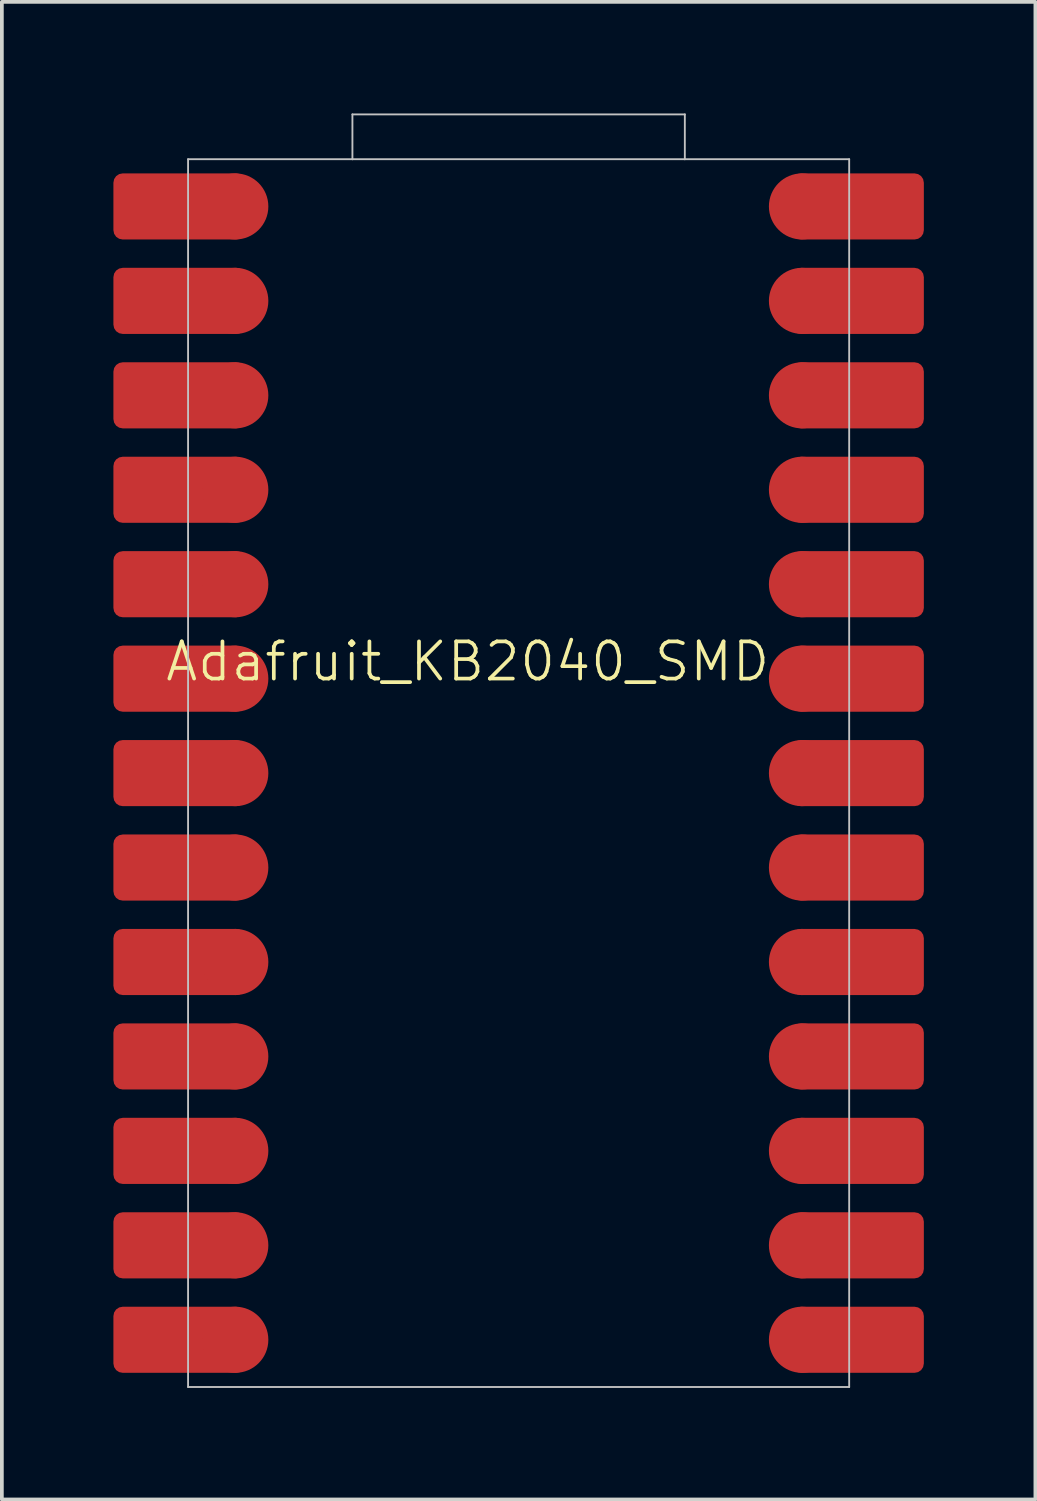
<source format=kicad_pcb>
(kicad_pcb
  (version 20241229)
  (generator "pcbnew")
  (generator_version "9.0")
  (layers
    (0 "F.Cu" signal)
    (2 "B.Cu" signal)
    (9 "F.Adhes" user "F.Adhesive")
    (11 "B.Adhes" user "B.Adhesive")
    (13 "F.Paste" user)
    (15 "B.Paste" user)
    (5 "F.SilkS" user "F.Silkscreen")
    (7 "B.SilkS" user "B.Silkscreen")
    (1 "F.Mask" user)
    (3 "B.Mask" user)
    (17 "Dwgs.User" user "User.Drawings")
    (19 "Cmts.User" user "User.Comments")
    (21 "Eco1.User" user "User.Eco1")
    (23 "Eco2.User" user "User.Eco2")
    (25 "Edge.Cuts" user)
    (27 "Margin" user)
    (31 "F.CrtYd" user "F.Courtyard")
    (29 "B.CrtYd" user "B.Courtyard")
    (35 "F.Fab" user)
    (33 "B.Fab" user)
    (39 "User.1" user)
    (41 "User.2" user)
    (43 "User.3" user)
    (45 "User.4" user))
  (footprint "Adafruit_KB2040_SMD"
    (layer "F.Cu")
    (at 10.888 17.732)
    (property "Reference" "Adafruit_KB2040_SMD" (at -1.36 -2.99 0) (unlocked yes) (layer "F.SilkS") (effects (font (size 1 1) (thickness 0.1))))
    (attr through_hole)
    (fp_line (start -8.88 -16.5) (end -8.88 16.52) (stroke (width 0.05) (type solid)) (layer "Dwgs.User"))
    (fp_line (start -8.88 16.52) (end 8.9 16.52) (stroke (width 0.05) (type solid)) (layer "Dwgs.User"))
    (fp_line (start -4.46 -17.706) (end -4.46 -16.5) (stroke (width 0.05) (type default)) (layer "Dwgs.User"))
    (fp_line (start -4.46 -16.5) (end -8.88 -16.5) (stroke (width 0.05) (type default)) (layer "Dwgs.User"))
    (fp_line (start -4.46 -16.5) (end 4.48 -16.5) (stroke (width 0.05) (type default)) (layer "Dwgs.User"))
    (fp_line (start 4.48 -17.706) (end -4.46 -17.706) (stroke (width 0.05) (type default)) (layer "Dwgs.User"))
    (fp_line (start 4.48 -17.706) (end 4.48 -16.5) (stroke (width 0.05) (type default)) (layer "Dwgs.User"))
    (fp_line (start 8.9 -16.5) (end 4.48 -16.5) (stroke (width 0.05) (type default)) (layer "Dwgs.User"))
    (fp_line (start 8.9 16.52) (end 8.9 -16.5) (stroke (width 0.05) (type solid)) (layer "Dwgs.User"))
    (pad "1" smd roundrect (at -9.11 -15.23) (size 3.556 1.778) (layers "F.Cu" "F.Mask") (roundrect_rratio 0.141))
    (pad "1" smd circle (at -7.61 -15.23) (size 1.778 1.778) (layers "F.Cu" "F.Mask" "F.Paste"))
    (pad "2" smd roundrect (at -9.11 -12.69) (size 3.556 1.778) (layers "F.Cu" "F.Mask") (roundrect_rratio 0.141))
    (pad "2" smd circle (at -7.61 -12.69) (size 1.778 1.778) (layers "F.Cu" "F.Mask" "F.Paste"))
    (pad "3" smd roundrect (at -9.11 -10.15) (size 3.556 1.778) (layers "F.Cu" "F.Mask") (roundrect_rratio 0.141))
    (pad "3" smd circle (at -7.61 -10.15) (size 1.778 1.778) (layers "F.Cu" "F.Mask" "F.Paste"))
    (pad "4" smd roundrect (at -9.11 -7.61) (size 3.556 1.778) (layers "F.Cu" "F.Mask") (roundrect_rratio 0.141))
    (pad "4" smd circle (at -7.61 -7.61) (size 1.778 1.778) (layers "F.Cu" "F.Mask" "F.Paste"))
    (pad "5" smd roundrect (at -9.11 -5.07) (size 3.556 1.778) (layers "F.Cu" "F.Mask") (roundrect_rratio 0.141))
    (pad "5" smd circle (at -7.61 -5.07) (size 1.778 1.778) (layers "F.Cu" "F.Mask" "F.Paste"))
    (pad "6" smd roundrect (at -9.11 -2.53) (size 3.556 1.778) (layers "F.Cu" "F.Mask") (roundrect_rratio 0.141))
    (pad "6" smd circle (at -7.61 -2.53) (size 1.778 1.778) (layers "F.Cu" "F.Mask" "F.Paste"))
    (pad "7" smd roundrect (at -9.11 0.01) (size 3.556 1.778) (layers "F.Cu" "F.Mask") (roundrect_rratio 0.141))
    (pad "7" smd circle (at -7.61 0.01) (size 1.778 1.778) (layers "F.Cu" "F.Mask" "F.Paste"))
    (pad "8" smd roundrect (at -9.11 2.55) (size 3.556 1.778) (layers "F.Cu" "F.Mask") (roundrect_rratio 0.141))
    (pad "8" smd circle (at -7.61 2.55) (size 1.778 1.778) (layers "F.Cu" "F.Mask" "F.Paste"))
    (pad "9" smd roundrect (at -9.11 5.09) (size 3.556 1.778) (layers "F.Cu" "F.Mask") (roundrect_rratio 0.141))
    (pad "9" smd circle (at -7.61 5.09) (size 1.778 1.778) (layers "F.Cu" "F.Mask" "F.Paste"))
    (pad "10" smd roundrect (at -9.11 7.63) (size 3.556 1.778) (layers "F.Cu" "F.Mask") (roundrect_rratio 0.141))
    (pad "10" smd circle (at -7.61 7.63) (size 1.778 1.778) (layers "F.Cu" "F.Mask" "F.Paste"))
    (pad "11" smd roundrect (at -9.11 10.17) (size 3.556 1.778) (layers "F.Cu" "F.Mask") (roundrect_rratio 0.141))
    (pad "11" smd circle (at -7.61 10.17) (size 1.778 1.778) (layers "F.Cu" "F.Mask" "F.Paste"))
    (pad "12" smd roundrect (at -9.11 12.71) (size 3.556 1.778) (layers "F.Cu" "F.Mask") (roundrect_rratio 0.141))
    (pad "12" smd circle (at -7.61 12.71) (size 1.778 1.778) (layers "F.Cu" "F.Mask" "F.Paste"))
    (pad "13" smd roundrect (at -9.11 15.25) (size 3.556 1.778) (layers "F.Cu" "F.Mask") (roundrect_rratio 0.141))
    (pad "13" smd circle (at -7.61 15.25) (size 1.778 1.778) (layers "F.Cu" "F.Mask" "F.Paste"))
    (pad "14" smd circle (at 7.63 -15.23) (size 1.778 1.778) (layers "F.Cu" "F.Mask" "F.Paste"))
    (pad "14" smd roundrect (at 9.13 -15.23) (size 3.556 1.778) (layers "F.Cu" "F.Mask") (roundrect_rratio 0.141))
    (pad "15" smd circle (at 7.63 -12.69) (size 1.778 1.778) (layers "F.Cu" "F.Mask" "F.Paste"))
    (pad "15" smd roundrect (at 9.13 -12.69) (size 3.556 1.778) (layers "F.Cu" "F.Mask") (roundrect_rratio 0.141))
    (pad "16" smd circle (at 7.63 -10.15) (size 1.778 1.778) (layers "F.Cu" "F.Mask" "F.Paste"))
    (pad "16" smd roundrect (at 9.13 -10.15) (size 3.556 1.778) (layers "F.Cu" "F.Mask") (roundrect_rratio 0.141))
    (pad "17" smd circle (at 7.63 -7.61) (size 1.778 1.778) (layers "F.Cu" "F.Mask" "F.Paste"))
    (pad "17" smd roundrect (at 9.13 -7.61) (size 3.556 1.778) (layers "F.Cu" "F.Mask") (roundrect_rratio 0.141))
    (pad "18" smd circle (at 7.63 -5.07) (size 1.778 1.778) (layers "F.Cu" "F.Mask" "F.Paste"))
    (pad "18" smd roundrect (at 9.13 -5.07) (size 3.556 1.778) (layers "F.Cu" "F.Mask") (roundrect_rratio 0.141))
    (pad "19" smd circle (at 7.63 -2.53) (size 1.778 1.778) (layers "F.Cu" "F.Mask" "F.Paste"))
    (pad "19" smd roundrect (at 9.13 -2.53) (size 3.556 1.778) (layers "F.Cu" "F.Mask") (roundrect_rratio 0.141))
    (pad "20" smd circle (at 7.63 0.01) (size 1.778 1.778) (layers "F.Cu" "F.Mask" "F.Paste"))
    (pad "20" smd roundrect (at 9.13 0.01) (size 3.556 1.778) (layers "F.Cu" "F.Mask") (roundrect_rratio 0.141))
    (pad "21" smd circle (at 7.63 2.55) (size 1.778 1.778) (layers "F.Cu" "F.Mask" "F.Paste"))
    (pad "21" smd roundrect (at 9.13 2.55) (size 3.556 1.778) (layers "F.Cu" "F.Mask") (roundrect_rratio 0.141))
    (pad "22" smd circle (at 7.63 5.09) (size 1.778 1.778) (layers "F.Cu" "F.Mask" "F.Paste"))
    (pad "22" smd roundrect (at 9.13 5.09) (size 3.556 1.778) (layers "F.Cu" "F.Mask") (roundrect_rratio 0.141))
    (pad "23" smd circle (at 7.63 7.63) (size 1.778 1.778) (layers "F.Cu" "F.Mask" "F.Paste"))
    (pad "23" smd roundrect (at 9.13 7.63) (size 3.556 1.778) (layers "F.Cu" "F.Mask") (roundrect_rratio 0.141))
    (pad "24" smd circle (at 7.63 10.17) (size 1.778 1.778) (layers "F.Cu" "F.Mask" "F.Paste"))
    (pad "24" smd roundrect (at 9.13 10.17) (size 3.556 1.778) (layers "F.Cu" "F.Mask") (roundrect_rratio 0.141))
    (pad "25" smd circle (at 7.63 12.71) (size 1.778 1.778) (layers "F.Cu" "F.Mask" "F.Paste"))
    (pad "25" smd roundrect (at 9.13 12.71) (size 3.556 1.778) (layers "F.Cu" "F.Mask") (roundrect_rratio 0.141))
    (pad "26" smd circle (at 7.63 15.25) (size 1.778 1.778) (layers "F.Cu" "F.Mask" "F.Paste"))
    (pad "26" smd roundrect (at 9.13 15.25) (size 3.556 1.778) (layers "F.Cu" "F.Mask") (roundrect_rratio 0.141)))
  (gr_rect
    (start -3 -3)
    (end 24.796 37.276)
    (stroke (width 0.1) (type default))
    (fill no)
    (layer "Edge.Cuts")))
</source>
